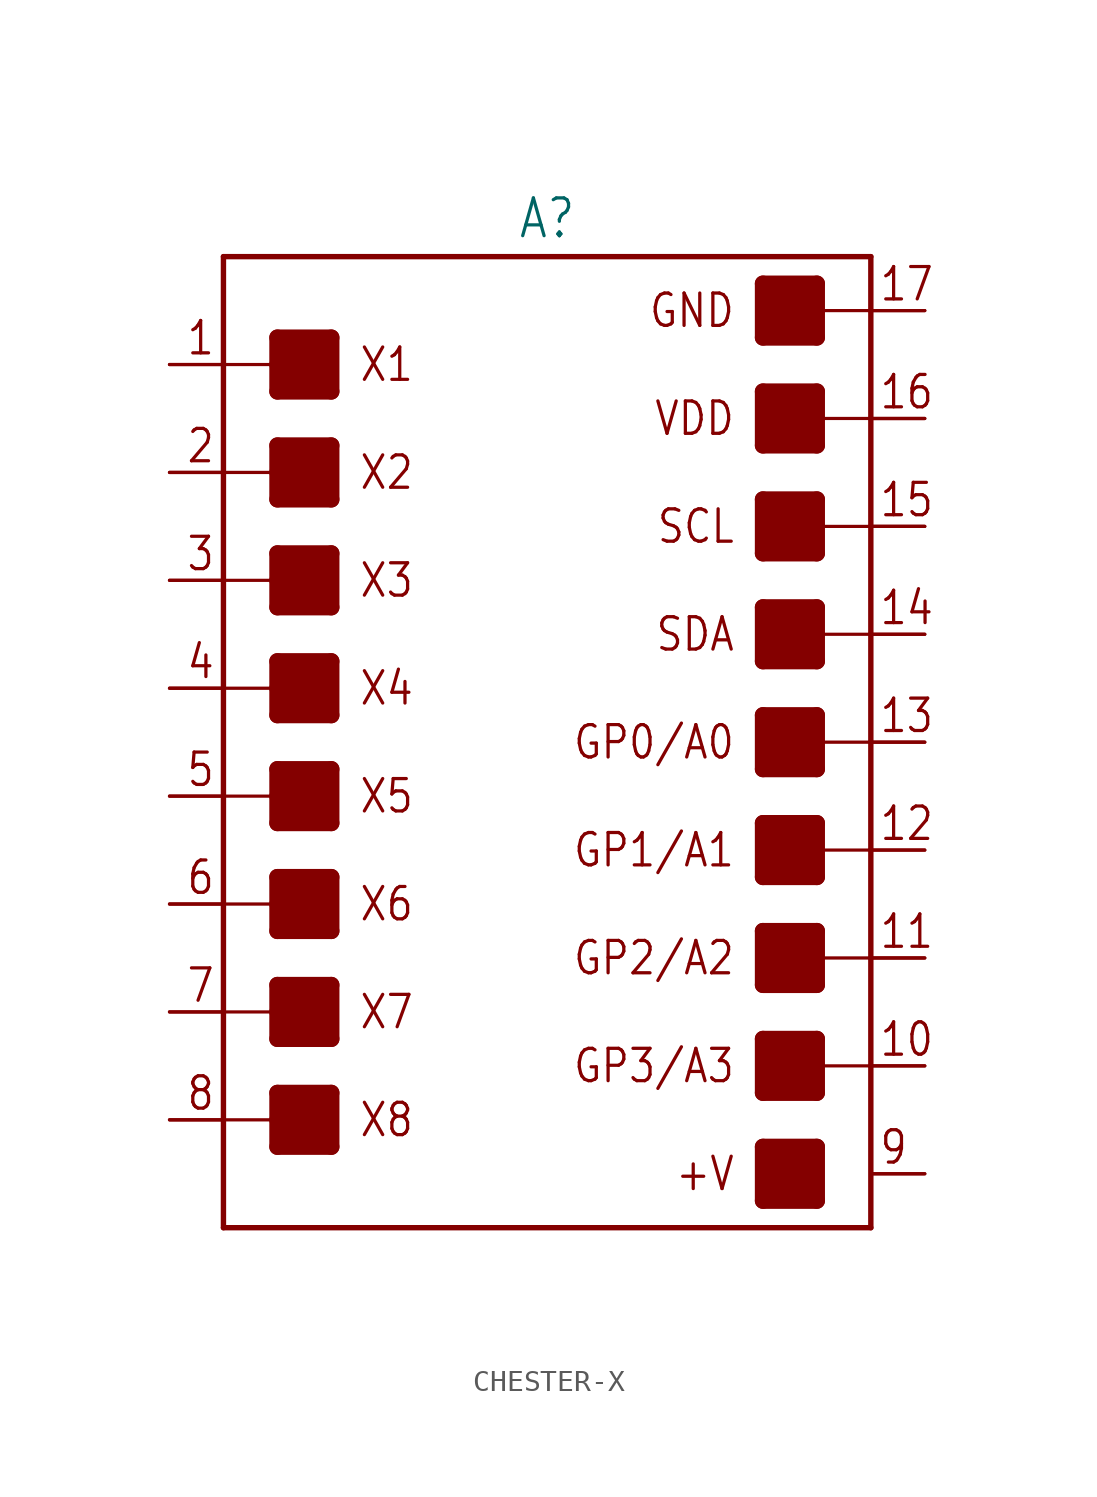
<source format=kicad_sym>
(kicad_symbol_lib
  (version 20231120)
  (generator "kicad_symbol_editor")
  (generator_version "8.0")
  (symbol "CHESTER-X"
    (property "Reference" "A"
      (at 0 23.622 0)
      (effects (font (size 1.778 1.511)) (justify bottom)))
    (property "Value" ""
      (at 0 -23.622 0)
      (effects (font (size 1.778 1.511)) (justify top)))
    (property "ki_locked" ""
      (at 0 0 0)
      (effects (font (size 1.27 1.27))))
    (symbol "CHESTER-X_1_0"
      (rectangle (start -12.7 -19.05) (end -10.16 -16.51) (stroke (width 0) (type default)) (fill (type outline)))
      (rectangle (start -12.7 -13.97) (end -10.16 -11.43) (stroke (width 0) (type default)) (fill (type outline)))
      (rectangle (start -12.7 -8.89) (end -10.16 -6.35) (stroke (width 0) (type default)) (fill (type outline)))
      (rectangle (start -12.7 -3.81) (end -10.16 -1.27) (stroke (width 0) (type default)) (fill (type outline)))
      (rectangle (start -12.7 1.27) (end -10.16 3.81) (stroke (width 0) (type default)) (fill (type outline)))
      (rectangle (start -12.7 6.35) (end -10.16 8.89) (stroke (width 0) (type default)) (fill (type outline)))
      (rectangle (start -12.7 11.43) (end -10.16 13.97) (stroke (width 0) (type default)) (fill (type outline)))
      (rectangle (start -12.7 16.51) (end -10.16 19.05) (stroke (width 0) (type default)) (fill (type outline)))
      (polyline (pts (xy -15.24 -17.78) (xy -15.24 -22.86)) (stroke (width 0.254) (type solid)) (fill (type none)))
      (polyline (pts (xy -15.24 -17.78) (xy -12.7 -17.78)) (stroke (width 0.152) (type solid)) (fill (type none)))
      (polyline (pts (xy -15.24 -12.7) (xy -15.24 -17.78)) (stroke (width 0.254) (type solid)) (fill (type none)))
      (polyline (pts (xy -15.24 -12.7) (xy -12.7 -12.7)) (stroke (width 0.152) (type solid)) (fill (type none)))
      (polyline (pts (xy -15.24 -7.62) (xy -15.24 -12.7)) (stroke (width 0.254) (type solid)) (fill (type none)))
      (polyline (pts (xy -15.24 -7.62) (xy -12.7 -7.62)) (stroke (width 0.152) (type solid)) (fill (type none)))
      (polyline (pts (xy -15.24 -2.54) (xy -15.24 -7.62)) (stroke (width 0.254) (type solid)) (fill (type none)))
      (polyline (pts (xy -15.24 -2.54) (xy -12.7 -2.54)) (stroke (width 0.152) (type solid)) (fill (type none)))
      (polyline (pts (xy -15.24 2.54) (xy -15.24 -2.54)) (stroke (width 0.254) (type solid)) (fill (type none)))
      (polyline (pts (xy -15.24 2.54) (xy -12.7 2.54)) (stroke (width 0.152) (type solid)) (fill (type none)))
      (polyline (pts (xy -15.24 7.62) (xy -15.24 2.54)) (stroke (width 0.254) (type solid)) (fill (type none)))
      (polyline (pts (xy -15.24 7.62) (xy -12.7 7.62)) (stroke (width 0.152) (type solid)) (fill (type none)))
      (polyline (pts (xy -15.24 12.7) (xy -15.24 7.62)) (stroke (width 0.254) (type solid)) (fill (type none)))
      (polyline (pts (xy -15.24 12.7) (xy -12.7 12.7)) (stroke (width 0.152) (type solid)) (fill (type none)))
      (polyline (pts (xy -15.24 17.78) (xy -15.24 12.7)) (stroke (width 0.254) (type solid)) (fill (type none)))
      (polyline (pts (xy -15.24 17.78) (xy -12.7 17.78)) (stroke (width 0.152) (type solid)) (fill (type none)))
      (polyline (pts (xy -15.24 22.86) (xy -15.24 17.78)) (stroke (width 0.254) (type solid)) (fill (type none)))
      (polyline (pts (xy -15.24 22.86) (xy 15.24 22.86)) (stroke (width 0.254) (type solid)) (fill (type none)))
      (polyline (pts (xy -12.7 -19.05) (xy -10.16 -19.05)) (stroke (width 0.762) (type solid)) (fill (type none)))
      (polyline (pts (xy -12.7 -17.78) (xy -12.7 -19.05)) (stroke (width 0.762) (type solid)) (fill (type none)))
      (polyline (pts (xy -12.7 -16.51) (xy -12.7 -17.78)) (stroke (width 0.762) (type solid)) (fill (type none)))
      (polyline (pts (xy -12.7 -16.51) (xy -10.16 -16.51)) (stroke (width 0.762) (type solid)) (fill (type none)))
      (polyline (pts (xy -12.7 -13.97) (xy -10.16 -13.97)) (stroke (width 0.762) (type solid)) (fill (type none)))
      (polyline (pts (xy -12.7 -12.7) (xy -12.7 -13.97)) (stroke (width 0.762) (type solid)) (fill (type none)))
      (polyline (pts (xy -12.7 -11.43) (xy -12.7 -12.7)) (stroke (width 0.762) (type solid)) (fill (type none)))
      (polyline (pts (xy -12.7 -11.43) (xy -10.16 -11.43)) (stroke (width 0.762) (type solid)) (fill (type none)))
      (polyline (pts (xy -12.7 -8.89) (xy -10.16 -8.89)) (stroke (width 0.762) (type solid)) (fill (type none)))
      (polyline (pts (xy -12.7 -7.62) (xy -12.7 -8.89)) (stroke (width 0.762) (type solid)) (fill (type none)))
      (polyline (pts (xy -12.7 -6.35) (xy -12.7 -7.62)) (stroke (width 0.762) (type solid)) (fill (type none)))
      (polyline (pts (xy -12.7 -6.35) (xy -10.16 -6.35)) (stroke (width 0.762) (type solid)) (fill (type none)))
      (polyline (pts (xy -12.7 -3.81) (xy -10.16 -3.81)) (stroke (width 0.762) (type solid)) (fill (type none)))
      (polyline (pts (xy -12.7 -2.54) (xy -12.7 -3.81)) (stroke (width 0.762) (type solid)) (fill (type none)))
      (polyline (pts (xy -12.7 -1.27) (xy -12.7 -2.54)) (stroke (width 0.762) (type solid)) (fill (type none)))
      (polyline (pts (xy -12.7 -1.27) (xy -10.16 -1.27)) (stroke (width 0.762) (type solid)) (fill (type none)))
      (polyline (pts (xy -12.7 1.27) (xy -10.16 1.27)) (stroke (width 0.762) (type solid)) (fill (type none)))
      (polyline (pts (xy -12.7 2.54) (xy -12.7 1.27)) (stroke (width 0.762) (type solid)) (fill (type none)))
      (polyline (pts (xy -12.7 3.81) (xy -12.7 2.54)) (stroke (width 0.762) (type solid)) (fill (type none)))
      (polyline (pts (xy -12.7 3.81) (xy -10.16 3.81)) (stroke (width 0.762) (type solid)) (fill (type none)))
      (polyline (pts (xy -12.7 6.35) (xy -10.16 6.35)) (stroke (width 0.762) (type solid)) (fill (type none)))
      (polyline (pts (xy -12.7 7.62) (xy -12.7 6.35)) (stroke (width 0.762) (type solid)) (fill (type none)))
      (polyline (pts (xy -12.7 8.89) (xy -12.7 7.62)) (stroke (width 0.762) (type solid)) (fill (type none)))
      (polyline (pts (xy -12.7 8.89) (xy -10.16 8.89)) (stroke (width 0.762) (type solid)) (fill (type none)))
      (polyline (pts (xy -12.7 11.43) (xy -10.16 11.43)) (stroke (width 0.762) (type solid)) (fill (type none)))
      (polyline (pts (xy -12.7 12.7) (xy -12.7 11.43)) (stroke (width 0.762) (type solid)) (fill (type none)))
      (polyline (pts (xy -12.7 13.97) (xy -12.7 12.7)) (stroke (width 0.762) (type solid)) (fill (type none)))
      (polyline (pts (xy -12.7 13.97) (xy -10.16 13.97)) (stroke (width 0.762) (type solid)) (fill (type none)))
      (polyline (pts (xy -12.7 16.51) (xy -10.16 16.51)) (stroke (width 0.762) (type solid)) (fill (type none)))
      (polyline (pts (xy -12.7 17.78) (xy -12.7 16.51)) (stroke (width 0.762) (type solid)) (fill (type none)))
      (polyline (pts (xy -12.7 19.05) (xy -12.7 17.78)) (stroke (width 0.762) (type solid)) (fill (type none)))
      (polyline (pts (xy -12.7 19.05) (xy -10.16 19.05)) (stroke (width 0.762) (type solid)) (fill (type none)))
      (polyline (pts (xy -10.16 -19.05) (xy -10.16 -16.51)) (stroke (width 0.762) (type solid)) (fill (type none)))
      (polyline (pts (xy -10.16 -13.97) (xy -10.16 -11.43)) (stroke (width 0.762) (type solid)) (fill (type none)))
      (polyline (pts (xy -10.16 -8.89) (xy -10.16 -6.35)) (stroke (width 0.762) (type solid)) (fill (type none)))
      (polyline (pts (xy -10.16 -3.81) (xy -10.16 -1.27)) (stroke (width 0.762) (type solid)) (fill (type none)))
      (polyline (pts (xy -10.16 1.27) (xy -10.16 3.81)) (stroke (width 0.762) (type solid)) (fill (type none)))
      (polyline (pts (xy -10.16 6.35) (xy -10.16 8.89)) (stroke (width 0.762) (type solid)) (fill (type none)))
      (polyline (pts (xy -10.16 11.43) (xy -10.16 13.97)) (stroke (width 0.762) (type solid)) (fill (type none)))
      (polyline (pts (xy -10.16 16.51) (xy -10.16 19.05)) (stroke (width 0.762) (type solid)) (fill (type none)))
      (polyline (pts (xy 10.16 -21.59) (xy 12.7 -21.59)) (stroke (width 0.762) (type solid)) (fill (type none)))
      (polyline (pts (xy 10.16 -19.05) (xy 10.16 -21.59)) (stroke (width 0.762) (type solid)) (fill (type none)))
      (polyline (pts (xy 10.16 -19.05) (xy 12.7 -19.05)) (stroke (width 0.762) (type solid)) (fill (type none)))
      (polyline (pts (xy 10.16 -16.51) (xy 12.7 -16.51)) (stroke (width 0.762) (type solid)) (fill (type none)))
      (polyline (pts (xy 10.16 -13.97) (xy 10.16 -16.51)) (stroke (width 0.762) (type solid)) (fill (type none)))
      (polyline (pts (xy 10.16 -13.97) (xy 12.7 -13.97)) (stroke (width 0.762) (type solid)) (fill (type none)))
      (polyline (pts (xy 10.16 -11.43) (xy 12.7 -11.43)) (stroke (width 0.762) (type solid)) (fill (type none)))
      (polyline (pts (xy 10.16 -8.89) (xy 10.16 -11.43)) (stroke (width 0.762) (type solid)) (fill (type none)))
      (polyline (pts (xy 10.16 -8.89) (xy 12.7 -8.89)) (stroke (width 0.762) (type solid)) (fill (type none)))
      (polyline (pts (xy 10.16 -6.35) (xy 12.7 -6.35)) (stroke (width 0.762) (type solid)) (fill (type none)))
      (polyline (pts (xy 10.16 -3.81) (xy 10.16 -6.35)) (stroke (width 0.762) (type solid)) (fill (type none)))
      (polyline (pts (xy 10.16 -3.81) (xy 12.7 -3.81)) (stroke (width 0.762) (type solid)) (fill (type none)))
      (polyline (pts (xy 10.16 -1.27) (xy 12.7 -1.27)) (stroke (width 0.762) (type solid)) (fill (type none)))
      (polyline (pts (xy 10.16 1.27) (xy 10.16 -1.27)) (stroke (width 0.762) (type solid)) (fill (type none)))
      (polyline (pts (xy 10.16 1.27) (xy 12.7 1.27)) (stroke (width 0.762) (type solid)) (fill (type none)))
      (polyline (pts (xy 10.16 3.81) (xy 12.7 3.81)) (stroke (width 0.762) (type solid)) (fill (type none)))
      (polyline (pts (xy 10.16 6.35) (xy 10.16 3.81)) (stroke (width 0.762) (type solid)) (fill (type none)))
      (polyline (pts (xy 10.16 6.35) (xy 12.7 6.35)) (stroke (width 0.762) (type solid)) (fill (type none)))
      (polyline (pts (xy 10.16 8.89) (xy 12.7 8.89)) (stroke (width 0.762) (type solid)) (fill (type none)))
      (polyline (pts (xy 10.16 11.43) (xy 10.16 8.89)) (stroke (width 0.762) (type solid)) (fill (type none)))
      (polyline (pts (xy 10.16 11.43) (xy 12.7 11.43)) (stroke (width 0.762) (type solid)) (fill (type none)))
      (polyline (pts (xy 10.16 13.97) (xy 12.7 13.97)) (stroke (width 0.762) (type solid)) (fill (type none)))
      (polyline (pts (xy 10.16 16.51) (xy 10.16 13.97)) (stroke (width 0.762) (type solid)) (fill (type none)))
      (polyline (pts (xy 10.16 16.51) (xy 12.7 16.51)) (stroke (width 0.762) (type solid)) (fill (type none)))
      (polyline (pts (xy 10.16 19.05) (xy 12.7 19.05)) (stroke (width 0.762) (type solid)) (fill (type none)))
      (polyline (pts (xy 10.16 21.59) (xy 10.16 19.05)) (stroke (width 0.762) (type solid)) (fill (type none)))
      (polyline (pts (xy 10.16 21.59) (xy 12.7 21.59)) (stroke (width 0.762) (type solid)) (fill (type none)))
      (polyline (pts (xy 12.7 -21.59) (xy 12.7 -19.05)) (stroke (width 0.762) (type solid)) (fill (type none)))
      (polyline (pts (xy 12.7 -16.51) (xy 12.7 -13.97)) (stroke (width 0.762) (type solid)) (fill (type none)))
      (polyline (pts (xy 12.7 -11.43) (xy 12.7 -8.89)) (stroke (width 0.762) (type solid)) (fill (type none)))
      (polyline (pts (xy 12.7 -6.35) (xy 12.7 -3.81)) (stroke (width 0.762) (type solid)) (fill (type none)))
      (polyline (pts (xy 12.7 -1.27) (xy 12.7 1.27)) (stroke (width 0.762) (type solid)) (fill (type none)))
      (polyline (pts (xy 12.7 3.81) (xy 12.7 6.35)) (stroke (width 0.762) (type solid)) (fill (type none)))
      (polyline (pts (xy 12.7 8.89) (xy 12.7 11.43)) (stroke (width 0.762) (type solid)) (fill (type none)))
      (polyline (pts (xy 12.7 13.97) (xy 12.7 16.51)) (stroke (width 0.762) (type solid)) (fill (type none)))
      (polyline (pts (xy 12.7 19.05) (xy 12.7 21.59)) (stroke (width 0.762) (type solid)) (fill (type none)))
      (polyline (pts (xy 15.24 -22.86) (xy -15.24 -22.86)) (stroke (width 0.254) (type solid)) (fill (type none)))
      (polyline (pts (xy 15.24 -15.24) (xy 12.7 -15.24)) (stroke (width 0.152) (type solid)) (fill (type none)))
      (polyline (pts (xy 15.24 -15.24) (xy 15.24 -22.86)) (stroke (width 0.254) (type solid)) (fill (type none)))
      (polyline (pts (xy 15.24 -10.16) (xy 12.7 -10.16)) (stroke (width 0.152) (type solid)) (fill (type none)))
      (polyline (pts (xy 15.24 -10.16) (xy 15.24 -15.24)) (stroke (width 0.254) (type solid)) (fill (type none)))
      (polyline (pts (xy 15.24 -5.08) (xy 12.7 -5.08)) (stroke (width 0.152) (type solid)) (fill (type none)))
      (polyline (pts (xy 15.24 -5.08) (xy 15.24 -10.16)) (stroke (width 0.254) (type solid)) (fill (type none)))
      (polyline (pts (xy 15.24 0) (xy 12.7 0)) (stroke (width 0.152) (type solid)) (fill (type none)))
      (polyline (pts (xy 15.24 0) (xy 15.24 -5.08)) (stroke (width 0.254) (type solid)) (fill (type none)))
      (polyline (pts (xy 15.24 5.08) (xy 12.7 5.08)) (stroke (width 0.152) (type solid)) (fill (type none)))
      (polyline (pts (xy 15.24 5.08) (xy 15.24 0)) (stroke (width 0.254) (type solid)) (fill (type none)))
      (polyline (pts (xy 15.24 10.16) (xy 12.7 10.16)) (stroke (width 0.152) (type solid)) (fill (type none)))
      (polyline (pts (xy 15.24 10.16) (xy 15.24 5.08)) (stroke (width 0.254) (type solid)) (fill (type none)))
      (polyline (pts (xy 15.24 15.24) (xy 12.7 15.24)) (stroke (width 0.152) (type solid)) (fill (type none)))
      (polyline (pts (xy 15.24 15.24) (xy 15.24 10.16)) (stroke (width 0.254) (type solid)) (fill (type none)))
      (polyline (pts (xy 15.24 20.32) (xy 12.7 20.32)) (stroke (width 0.152) (type solid)) (fill (type none)))
      (polyline (pts (xy 15.24 20.32) (xy 15.24 15.24)) (stroke (width 0.254) (type solid)) (fill (type none)))
      (polyline (pts (xy 15.24 22.86) (xy 15.24 20.32)) (stroke (width 0.254) (type solid)) (fill (type none)))
      (rectangle (start 10.16 -21.59) (end 12.7 -19.05) (stroke (width 0) (type default)) (fill (type outline)))
      (rectangle (start 10.16 -16.51) (end 12.7 -13.97) (stroke (width 0) (type default)) (fill (type outline)))
      (rectangle (start 10.16 -11.43) (end 12.7 -8.89) (stroke (width 0) (type default)) (fill (type outline)))
      (rectangle (start 10.16 -6.35) (end 12.7 -3.81) (stroke (width 0) (type default)) (fill (type outline)))
      (rectangle (start 10.16 -1.27) (end 12.7 1.27) (stroke (width 0) (type default)) (fill (type outline)))
      (rectangle (start 10.16 3.81) (end 12.7 6.35) (stroke (width 0) (type default)) (fill (type outline)))
      (rectangle (start 10.16 8.89) (end 12.7 11.43) (stroke (width 0) (type default)) (fill (type outline)))
      (rectangle (start 10.16 13.97) (end 12.7 16.51) (stroke (width 0) (type default)) (fill (type outline)))
      (rectangle (start 10.16 19.05) (end 12.7 21.59) (stroke (width 0) (type default)) (fill (type outline)))
      (text "+V" (at 8.89 -20.32 0) (effects (font (size 1.524 1.295)) (justify right)))
      (text "1" (at -15.596 18.136 0) (effects (font (size 1.524 1.295)) (justify right bottom)))
      (text "10" (at 15.596 -14.884 0) (effects (font (size 1.524 1.295)) (justify left bottom)))
      (text "11" (at 15.596 -9.804 0) (effects (font (size 1.524 1.295)) (justify left bottom)))
      (text "12" (at 15.596 -4.724 0) (effects (font (size 1.524 1.295)) (justify left bottom)))
      (text "13" (at 15.596 0.356 0) (effects (font (size 1.524 1.295)) (justify left bottom)))
      (text "14" (at 15.596 5.436 0) (effects (font (size 1.524 1.295)) (justify left bottom)))
      (text "15" (at 15.596 10.516 0) (effects (font (size 1.524 1.295)) (justify left bottom)))
      (text "16" (at 15.596 15.596 0) (effects (font (size 1.524 1.295)) (justify left bottom)))
      (text "17" (at 15.596 20.676 0) (effects (font (size 1.524 1.295)) (justify left bottom)))
      (text "2" (at -15.596 13.056 0) (effects (font (size 1.524 1.295)) (justify right bottom)))
      (text "3" (at -15.596 7.976 0) (effects (font (size 1.524 1.295)) (justify right bottom)))
      (text "4" (at -15.596 2.896 0) (effects (font (size 1.524 1.295)) (justify right bottom)))
      (text "5" (at -15.596 -2.184 0) (effects (font (size 1.524 1.295)) (justify right bottom)))
      (text "6" (at -15.596 -7.264 0) (effects (font (size 1.524 1.295)) (justify right bottom)))
      (text "7" (at -15.596 -12.344 0) (effects (font (size 1.524 1.295)) (justify right bottom)))
      (text "8" (at -15.596 -17.424 0) (effects (font (size 1.524 1.295)) (justify right bottom)))
      (text "9" (at 15.596 -19.964 0) (effects (font (size 1.524 1.295)) (justify left bottom)))
      (text "GND" (at 8.89 20.32 0) (effects (font (size 1.524 1.295)) (justify right)))
      (text "GP0/A0" (at 8.89 0 0) (effects (font (size 1.524 1.295)) (justify right)))
      (text "GP1/A1" (at 8.89 -5.08 0) (effects (font (size 1.524 1.295)) (justify right)))
      (text "GP2/A2" (at 8.89 -10.16 0) (effects (font (size 1.524 1.295)) (justify right)))
      (text "GP3/A3" (at 8.89 -15.24 0) (effects (font (size 1.524 1.295)) (justify right)))
      (text "SCL" (at 8.89 10.16 0) (effects (font (size 1.524 1.295)) (justify right)))
      (text "SDA" (at 8.89 5.08 0) (effects (font (size 1.524 1.295)) (justify right)))
      (text "VDD" (at 8.89 15.24 0) (effects (font (size 1.524 1.295)) (justify right)))
      (text "X1" (at -8.89 17.78 0) (effects (font (size 1.524 1.295)) (justify left)))
      (text "X2" (at -8.89 12.7 0) (effects (font (size 1.524 1.295)) (justify left)))
      (text "X3" (at -8.89 7.62 0) (effects (font (size 1.524 1.295)) (justify left)))
      (text "X4" (at -8.89 2.54 0) (effects (font (size 1.524 1.295)) (justify left)))
      (text "X5" (at -8.89 -2.54 0) (effects (font (size 1.524 1.295)) (justify left)))
      (text "X6" (at -8.89 -7.62 0) (effects (font (size 1.524 1.295)) (justify left)))
      (text "X7" (at -8.89 -12.7 0) (effects (font (size 1.524 1.295)) (justify left)))
      (text "X8" (at -8.89 -17.78 0) (effects (font (size 1.524 1.295)) (justify left)))
      (pin passive line (at 17.78 -15.24 180) (length 2.54) (name "10" (effects (font (size 0 0)))) (number "10A" (effects (font (size 0 0)))))
      (pin passive line (at 17.78 -15.24 180) (length 2.54) (name "10" (effects (font (size 0 0)))) (number "10B" (effects (font (size 0 0)))))
      (pin passive line (at 17.78 -10.16 180) (length 2.54) (name "11" (effects (font (size 0 0)))) (number "11A" (effects (font (size 0 0)))))
      (pin passive line (at 17.78 -10.16 180) (length 2.54) (name "11" (effects (font (size 0 0)))) (number "11B" (effects (font (size 0 0)))))
      (pin passive line (at 17.78 -5.08 180) (length 2.54) (name "12" (effects (font (size 0 0)))) (number "12A" (effects (font (size 0 0)))))
      (pin passive line (at 17.78 -5.08 180) (length 2.54) (name "12" (effects (font (size 0 0)))) (number "12B" (effects (font (size 0 0)))))
      (pin passive line (at 17.78 0 180) (length 2.54) (name "13" (effects (font (size 0 0)))) (number "13A" (effects (font (size 0 0)))))
      (pin passive line (at 17.78 0 180) (length 2.54) (name "13" (effects (font (size 0 0)))) (number "13B" (effects (font (size 0 0)))))
      (pin passive line (at 17.78 5.08 180) (length 2.54) (name "14" (effects (font (size 0 0)))) (number "14A" (effects (font (size 0 0)))))
      (pin passive line (at 17.78 5.08 180) (length 2.54) (name "14" (effects (font (size 0 0)))) (number "14B" (effects (font (size 0 0)))))
      (pin passive line (at 17.78 10.16 180) (length 2.54) (name "15" (effects (font (size 0 0)))) (number "15A" (effects (font (size 0 0)))))
      (pin passive line (at 17.78 10.16 180) (length 2.54) (name "15" (effects (font (size 0 0)))) (number "15B" (effects (font (size 0 0)))))
      (pin passive line (at 17.78 15.24 180) (length 2.54) (name "16" (effects (font (size 0 0)))) (number "16A" (effects (font (size 0 0)))))
      (pin passive line (at 17.78 15.24 180) (length 2.54) (name "16" (effects (font (size 0 0)))) (number "16B" (effects (font (size 0 0)))))
      (pin passive line (at 17.78 20.32 180) (length 2.54) (name "17" (effects (font (size 0 0)))) (number "17A" (effects (font (size 0 0)))))
      (pin passive line (at 17.78 20.32 180) (length 2.54) (name "17" (effects (font (size 0 0)))) (number "17B" (effects (font (size 0 0)))))
      (pin passive line (at -17.78 17.78 0) (length 2.54) (name "1" (effects (font (size 0 0)))) (number "1A" (effects (font (size 0 0)))))
      (pin passive line (at -17.78 17.78 0) (length 2.54) (name "1" (effects (font (size 0 0)))) (number "1B" (effects (font (size 0 0)))))
      (pin passive line (at -17.78 12.7 0) (length 2.54) (name "2" (effects (font (size 0 0)))) (number "2A" (effects (font (size 0 0)))))
      (pin passive line (at -17.78 12.7 0) (length 2.54) (name "2" (effects (font (size 0 0)))) (number "2B" (effects (font (size 0 0)))))
      (pin passive line (at -17.78 7.62 0) (length 2.54) (name "3" (effects (font (size 0 0)))) (number "3A" (effects (font (size 0 0)))))
      (pin passive line (at -17.78 7.62 0) (length 2.54) (name "3" (effects (font (size 0 0)))) (number "3B" (effects (font (size 0 0)))))
      (pin passive line (at -17.78 2.54 0) (length 2.54) (name "4" (effects (font (size 0 0)))) (number "4A" (effects (font (size 0 0)))))
      (pin passive line (at -17.78 2.54 0) (length 2.54) (name "4" (effects (font (size 0 0)))) (number "4B" (effects (font (size 0 0)))))
      (pin passive line (at -17.78 -2.54 0) (length 2.54) (name "5" (effects (font (size 0 0)))) (number "5A" (effects (font (size 0 0)))))
      (pin passive line (at -17.78 -2.54 0) (length 2.54) (name "5" (effects (font (size 0 0)))) (number "5B" (effects (font (size 0 0)))))
      (pin passive line (at -17.78 -7.62 0) (length 2.54) (name "6" (effects (font (size 0 0)))) (number "6A" (effects (font (size 0 0)))))
      (pin passive line (at -17.78 -7.62 0) (length 2.54) (name "6" (effects (font (size 0 0)))) (number "6B" (effects (font (size 0 0)))))
      (pin passive line (at -17.78 -12.7 0) (length 2.54) (name "7" (effects (font (size 0 0)))) (number "7A" (effects (font (size 0 0)))))
      (pin passive line (at -17.78 -12.7 0) (length 2.54) (name "7" (effects (font (size 0 0)))) (number "7B" (effects (font (size 0 0)))))
      (pin passive line (at -17.78 -17.78 0) (length 2.54) (name "8" (effects (font (size 0 0)))) (number "8A" (effects (font (size 0 0)))))
      (pin passive line (at -17.78 -17.78 0) (length 2.54) (name "8" (effects (font (size 0 0)))) (number "8B" (effects (font (size 0 0)))))
      (pin passive line (at 17.78 -20.32 180) (length 2.54) (name "9" (effects (font (size 0 0)))) (number "9A" (effects (font (size 0 0)))))
      (pin passive line (at 17.78 -20.32 180) (length 2.54) (name "9" (effects (font (size 0 0)))) (number "9B" (effects (font (size 0 0))))))))
</source>
